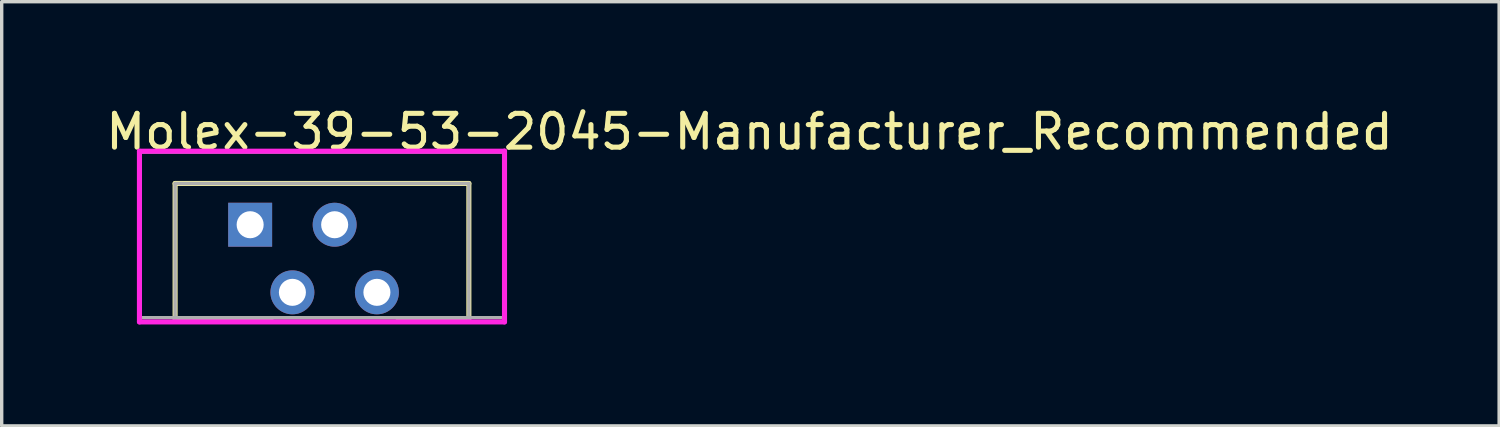
<source format=kicad_pcb>
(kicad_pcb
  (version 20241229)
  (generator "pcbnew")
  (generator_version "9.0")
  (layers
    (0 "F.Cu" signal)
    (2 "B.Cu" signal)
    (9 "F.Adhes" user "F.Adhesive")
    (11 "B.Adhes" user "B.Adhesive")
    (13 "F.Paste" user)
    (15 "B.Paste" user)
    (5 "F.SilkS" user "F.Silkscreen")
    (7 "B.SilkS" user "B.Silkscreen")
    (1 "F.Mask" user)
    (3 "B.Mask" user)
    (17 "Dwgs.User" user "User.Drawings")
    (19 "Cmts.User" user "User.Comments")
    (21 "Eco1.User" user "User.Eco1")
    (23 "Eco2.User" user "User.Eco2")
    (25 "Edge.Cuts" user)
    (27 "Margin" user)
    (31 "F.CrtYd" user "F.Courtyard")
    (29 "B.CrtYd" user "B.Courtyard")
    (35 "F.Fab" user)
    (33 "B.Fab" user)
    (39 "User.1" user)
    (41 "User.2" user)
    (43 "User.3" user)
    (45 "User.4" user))
  (footprint "Molex-39-53-2045-Manufacturer_Recommended"
    (layer "F.Cu")
    (at 4.35 3.598)
    (property "Reference" "Molex-39-53-2045-Manufacturer_Recommended" (at -4.35 -2.75 0) (layer "F.SilkS") (effects (font (size 1 1) (thickness 0.15)) (justify left)))
    (attr through_hole)
    (fp_line (start -2.22 -1.22) (end 6.47 -1.22) (stroke (width 0.15) (type solid)) (layer "F.SilkS"))
    (fp_line (start -2.22 2.85) (end -2.22 -1.22) (stroke (width 0.15) (type solid)) (layer "F.SilkS"))
    (fp_line (start -2.22 2.85) (end 0.633 2.85) (stroke (width 0.15) (type solid)) (layer "F.SilkS"))
    (fp_line (start 4.367 2.85) (end 6.47 2.85) (stroke (width 0.15) (type solid)) (layer "F.SilkS"))
    (fp_line (start 6.47 2.85) (end 6.47 -1.22) (stroke (width 0.15) (type solid)) (layer "F.SilkS"))
    (fp_line (start -3.275 -2.175) (end -3.275 2.875) (stroke (width 0.15) (type solid)) (layer "F.CrtYd"))
    (fp_line (start -3.275 2.875) (end 7.525 2.875) (stroke (width 0.15) (type solid)) (layer "F.CrtYd"))
    (fp_line (start 7.525 -2.175) (end -3.275 -2.175) (stroke (width 0.15) (type solid)) (layer "F.CrtYd"))
    (fp_line (start 7.525 -2.175) (end 7.525 -2.175) (stroke (width 0.15) (type solid)) (layer "F.CrtYd"))
    (fp_line (start 7.525 2.875) (end 7.525 -2.175) (stroke (width 0.15) (type solid)) (layer "F.CrtYd"))
    (fp_line (start -3.25 2.75) (end -3.25 -2.15) (stroke (width 0.1) (type solid)) (layer "F.Fab"))
    (fp_line (start -3.25 2.75) (end 7.5 2.75) (stroke (width 0.1) (type solid)) (layer "F.Fab"))
    (fp_line (start -3.25 -2.15) (end 7.5 -2.15) (stroke (width 0.1) (type solid)) (layer "F.Fab"))
    (fp_line (start -2.22 2.85) (end -2.22 -1.22) (stroke (width 0.1) (type solid)) (layer "F.Fab"))
    (fp_line (start -2.22 2.85) (end 6.47 2.85) (stroke (width 0.1) (type solid)) (layer "F.Fab"))
    (fp_line (start -2.22 -1.22) (end 6.47 -1.22) (stroke (width 0.1) (type solid)) (layer "F.Fab"))
    (fp_line (start 6.47 2.85) (end 6.47 -1.22) (stroke (width 0.1) (type solid)) (layer "F.Fab"))
    (fp_line (start 7.5 2.75) (end 7.5 -2.15) (stroke (width 0.1) (type solid)) (layer "F.Fab"))
    (pad "1" thru_hole rect (at 0 0 180) (size 1.3 1.3) (drill 0.8) (layers "*.Cu"))
    (pad "2" thru_hole circle (at 1.25 2 180) (size 1.3 1.3) (drill 0.8) (layers "*.Cu"))
    (pad "3" thru_hole circle (at 2.5 0 180) (size 1.3 1.3) (drill 0.8) (layers "*.Cu"))
    (pad "4" thru_hole circle (at 3.75 2 180) (size 1.3 1.3) (drill 0.8) (layers "*.Cu")))
  (gr_rect
    (start -3 -3)
    (end 41.298 9.548)
    (stroke (width 0.1) (type default))
    (fill no)
    (layer "Edge.Cuts")))
</source>
